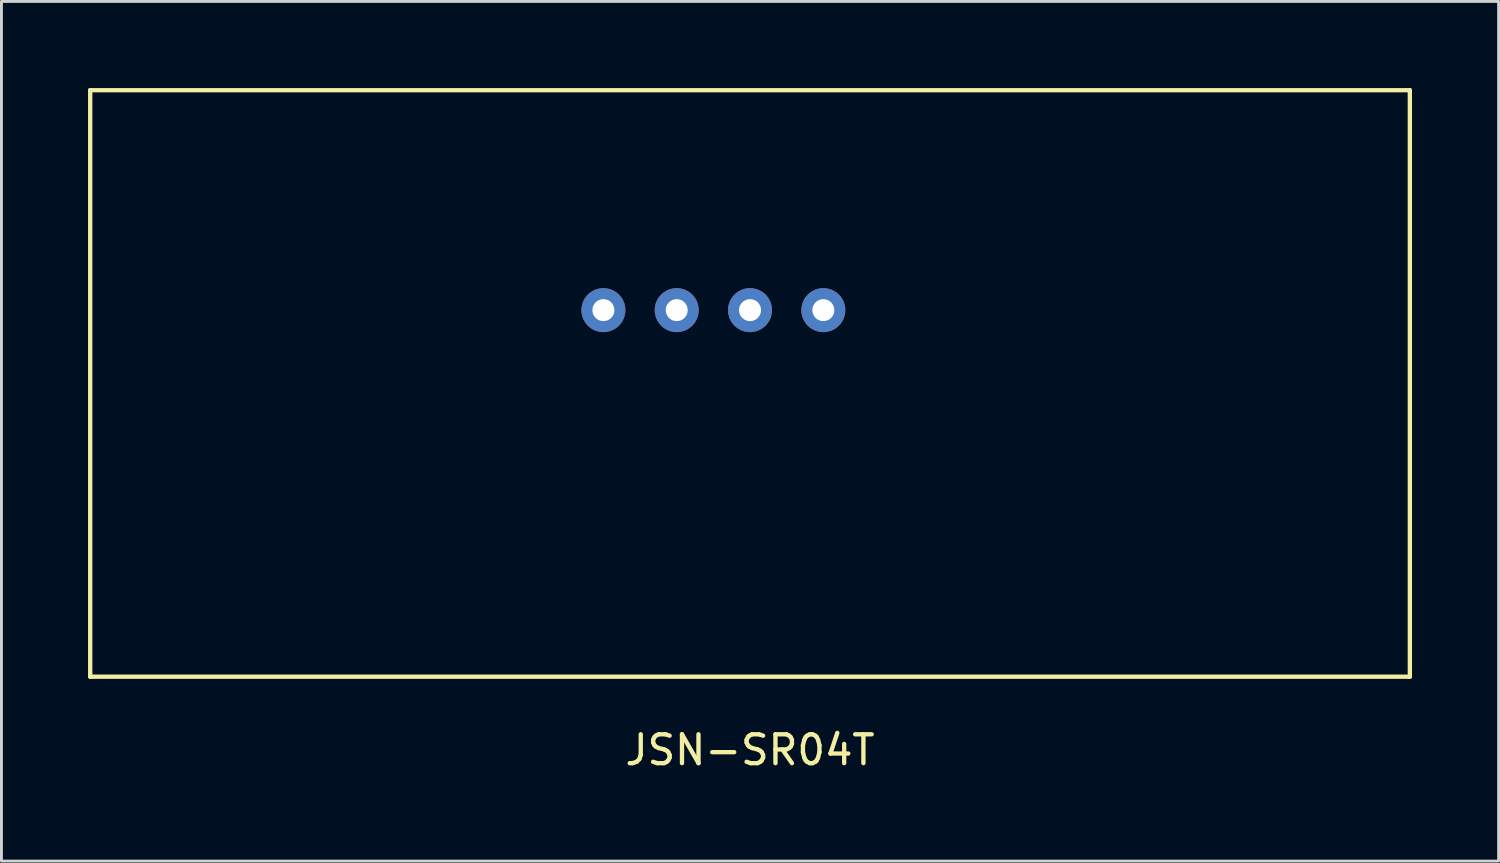
<source format=kicad_pcb>
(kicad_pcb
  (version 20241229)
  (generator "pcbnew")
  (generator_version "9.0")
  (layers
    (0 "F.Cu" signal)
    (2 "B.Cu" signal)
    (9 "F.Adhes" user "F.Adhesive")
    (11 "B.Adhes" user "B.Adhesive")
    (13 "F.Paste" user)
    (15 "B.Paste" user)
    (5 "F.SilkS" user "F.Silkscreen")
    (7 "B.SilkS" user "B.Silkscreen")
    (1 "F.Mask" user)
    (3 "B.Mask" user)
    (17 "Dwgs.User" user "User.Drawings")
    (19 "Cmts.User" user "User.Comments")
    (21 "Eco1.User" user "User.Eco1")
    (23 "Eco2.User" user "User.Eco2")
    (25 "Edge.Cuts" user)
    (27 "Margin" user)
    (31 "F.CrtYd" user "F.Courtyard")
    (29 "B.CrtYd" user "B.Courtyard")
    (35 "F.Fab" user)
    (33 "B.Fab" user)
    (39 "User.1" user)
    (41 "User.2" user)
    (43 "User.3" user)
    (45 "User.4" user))
  (footprint "JSN-SR04T"
    (layer "F.Cu")
    (at 22.935 5.155)
    (property "Reference" "JSN-SR04T" (at 0 17.78 0) (layer "F.SilkS") (effects (font (size 1 1) (thickness 0.15))))
    (attr through_hole)
    (fp_line (start -22.86 -5.08) (end 22.86 -5.08) (stroke (width 0.15) (type solid)) (layer "F.SilkS"))
    (fp_line (start -22.86 15.24) (end -22.86 -5.08) (stroke (width 0.15) (type solid)) (layer "F.SilkS"))
    (fp_line (start 22.86 -5.08) (end 22.86 15.24) (stroke (width 0.15) (type solid)) (layer "F.SilkS"))
    (fp_line (start 22.86 15.24) (end -22.86 15.24) (stroke (width 0.15) (type solid)) (layer "F.SilkS"))
    (pad "1" thru_hole circle (at 2.54 2.54) (size 1.524 1.524) (drill 0.762) (layers "*.Cu" "*.Mask"))
    (pad "2" thru_hole circle (at 0 2.54) (size 1.524 1.524) (drill 0.762) (layers "*.Cu" "*.Mask"))
    (pad "3" thru_hole circle (at -2.54 2.54) (size 1.524 1.524) (drill 0.762) (layers "*.Cu" "*.Mask"))
    (pad "4" thru_hole circle (at -5.08 2.54) (size 1.524 1.524) (drill 0.762) (layers "*.Cu" "*.Mask")))
  (gr_rect
    (start -3 -3)
    (end 48.87 26.783)
    (stroke (width 0.1) (type default))
    (fill no)
    (layer "Edge.Cuts")))
</source>
